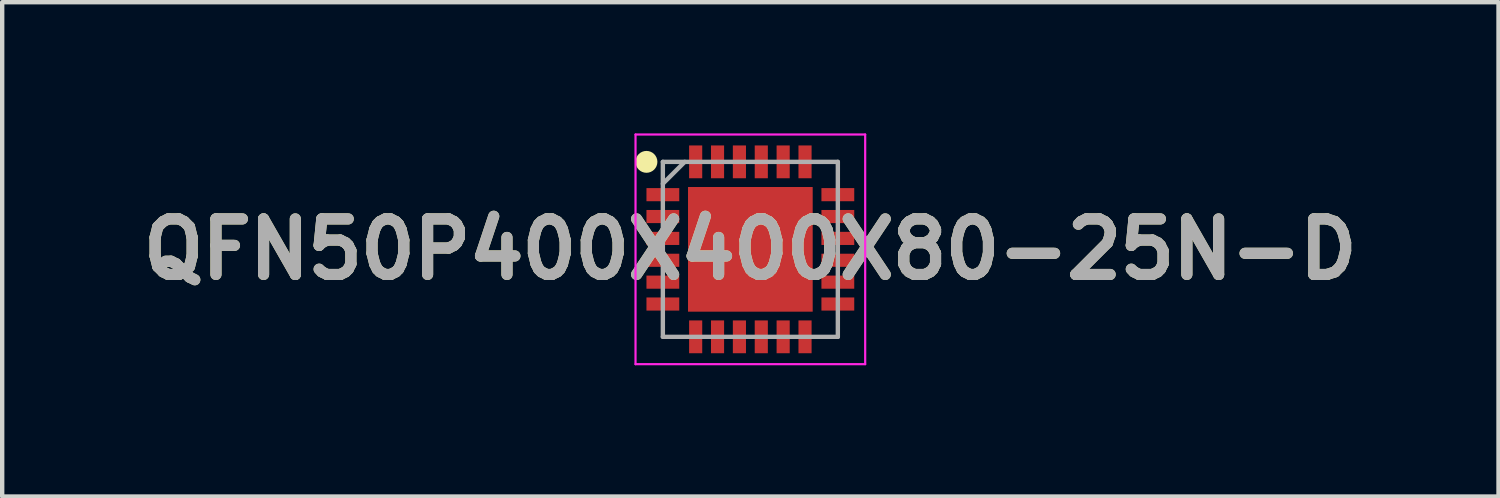
<source format=kicad_pcb>
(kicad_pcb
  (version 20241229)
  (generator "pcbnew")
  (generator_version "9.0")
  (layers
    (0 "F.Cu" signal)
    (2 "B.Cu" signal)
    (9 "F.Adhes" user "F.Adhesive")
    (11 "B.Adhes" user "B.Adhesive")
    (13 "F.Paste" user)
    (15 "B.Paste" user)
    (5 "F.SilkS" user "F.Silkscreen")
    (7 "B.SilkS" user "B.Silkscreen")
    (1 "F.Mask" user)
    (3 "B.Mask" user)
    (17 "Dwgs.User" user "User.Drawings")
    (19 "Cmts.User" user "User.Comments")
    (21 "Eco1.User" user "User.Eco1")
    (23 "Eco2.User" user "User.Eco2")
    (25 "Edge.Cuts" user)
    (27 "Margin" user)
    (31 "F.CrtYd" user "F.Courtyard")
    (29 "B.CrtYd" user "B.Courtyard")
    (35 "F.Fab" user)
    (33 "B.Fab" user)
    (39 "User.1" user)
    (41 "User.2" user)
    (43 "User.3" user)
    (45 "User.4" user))
  (footprint "QFN50P400X400X80-25N-D"
    (layer "F.Cu")
    (at 14.103 2.65)
    (property "Reference" "QFN50P400X400X80-25N-D" (at 0 0 0) (layer "F.SilkS") (effects (font (size 1.27 1.27) (thickness 0.254))))
    (attr smd)
    (fp_circle (center -2.375 -2) (end -2.375 -1.875) (stroke (width 0.25) (type solid)) (fill no) (layer "F.SilkS"))
    (fp_line (start -2.625 -2.625) (end 2.625 -2.625) (stroke (width 0.05) (type solid)) (layer "F.CrtYd"))
    (fp_line (start -2.625 2.625) (end -2.625 -2.625) (stroke (width 0.05) (type solid)) (layer "F.CrtYd"))
    (fp_line (start 2.625 -2.625) (end 2.625 2.625) (stroke (width 0.05) (type solid)) (layer "F.CrtYd"))
    (fp_line (start 2.625 2.625) (end -2.625 2.625) (stroke (width 0.05) (type solid)) (layer "F.CrtYd"))
    (fp_line (start -2 -2) (end 2 -2) (stroke (width 0.1) (type solid)) (layer "F.Fab"))
    (fp_line (start -2 -1.5) (end -1.5 -2) (stroke (width 0.1) (type solid)) (layer "F.Fab"))
    (fp_line (start -2 2) (end -2 -2) (stroke (width 0.1) (type solid)) (layer "F.Fab"))
    (fp_line (start 2 -2) (end 2 2) (stroke (width 0.1) (type solid)) (layer "F.Fab"))
    (fp_line (start 2 2) (end -2 2) (stroke (width 0.1) (type solid)) (layer "F.Fab"))
    (fp_text user "${REFERENCE}" (at 0 0 0) (layer "F.Fab") (effects (font (size 1.27 1.27) (thickness 0.254))))
    (pad "1" smd rect (at -2 -1.25 90) (size 0.3 0.75) (layers "F.Cu" "F.Mask" "F.Paste"))
    (pad "2" smd rect (at -2 -0.75 90) (size 0.3 0.75) (layers "F.Cu" "F.Mask" "F.Paste"))
    (pad "3" smd rect (at -2 -0.25 90) (size 0.3 0.75) (layers "F.Cu" "F.Mask" "F.Paste"))
    (pad "4" smd rect (at -2 0.25 90) (size 0.3 0.75) (layers "F.Cu" "F.Mask" "F.Paste"))
    (pad "5" smd rect (at -2 0.75 90) (size 0.3 0.75) (layers "F.Cu" "F.Mask" "F.Paste"))
    (pad "6" smd rect (at -2 1.25 90) (size 0.3 0.75) (layers "F.Cu" "F.Mask" "F.Paste"))
    (pad "7" smd rect (at -1.25 2) (size 0.3 0.75) (layers "F.Cu" "F.Mask" "F.Paste"))
    (pad "8" smd rect (at -0.75 2) (size 0.3 0.75) (layers "F.Cu" "F.Mask" "F.Paste"))
    (pad "9" smd rect (at -0.25 2) (size 0.3 0.75) (layers "F.Cu" "F.Mask" "F.Paste"))
    (pad "10" smd rect (at 0.25 2) (size 0.3 0.75) (layers "F.Cu" "F.Mask" "F.Paste"))
    (pad "11" smd rect (at 0.75 2) (size 0.3 0.75) (layers "F.Cu" "F.Mask" "F.Paste"))
    (pad "12" smd rect (at 1.25 2) (size 0.3 0.75) (layers "F.Cu" "F.Mask" "F.Paste"))
    (pad "13" smd rect (at 2 1.25 90) (size 0.3 0.75) (layers "F.Cu" "F.Mask" "F.Paste"))
    (pad "14" smd rect (at 2 0.75 90) (size 0.3 0.75) (layers "F.Cu" "F.Mask" "F.Paste"))
    (pad "15" smd rect (at 2 0.25 90) (size 0.3 0.75) (layers "F.Cu" "F.Mask" "F.Paste"))
    (pad "16" smd rect (at 2 -0.25 90) (size 0.3 0.75) (layers "F.Cu" "F.Mask" "F.Paste"))
    (pad "17" smd rect (at 2 -0.75 90) (size 0.3 0.75) (layers "F.Cu" "F.Mask" "F.Paste"))
    (pad "18" smd rect (at 2 -1.25 90) (size 0.3 0.75) (layers "F.Cu" "F.Mask" "F.Paste"))
    (pad "19" smd rect (at 1.25 -2) (size 0.3 0.75) (layers "F.Cu" "F.Mask" "F.Paste"))
    (pad "20" smd rect (at 0.75 -2) (size 0.3 0.75) (layers "F.Cu" "F.Mask" "F.Paste"))
    (pad "21" smd rect (at 0.25 -2) (size 0.3 0.75) (layers "F.Cu" "F.Mask" "F.Paste"))
    (pad "22" smd rect (at -0.25 -2) (size 0.3 0.75) (layers "F.Cu" "F.Mask" "F.Paste"))
    (pad "23" smd rect (at -0.75 -2) (size 0.3 0.75) (layers "F.Cu" "F.Mask" "F.Paste"))
    (pad "24" smd rect (at -1.25 -2) (size 0.3 0.75) (layers "F.Cu" "F.Mask" "F.Paste"))
    (pad "25" smd rect (at 0 0) (size 2.85 2.85) (layers "F.Cu" "F.Mask" "F.Paste")))
  (gr_rect
    (start -3 -3)
    (end 31.206 8.3)
    (stroke (width 0.1) (type default))
    (fill no)
    (layer "Edge.Cuts")))
</source>
